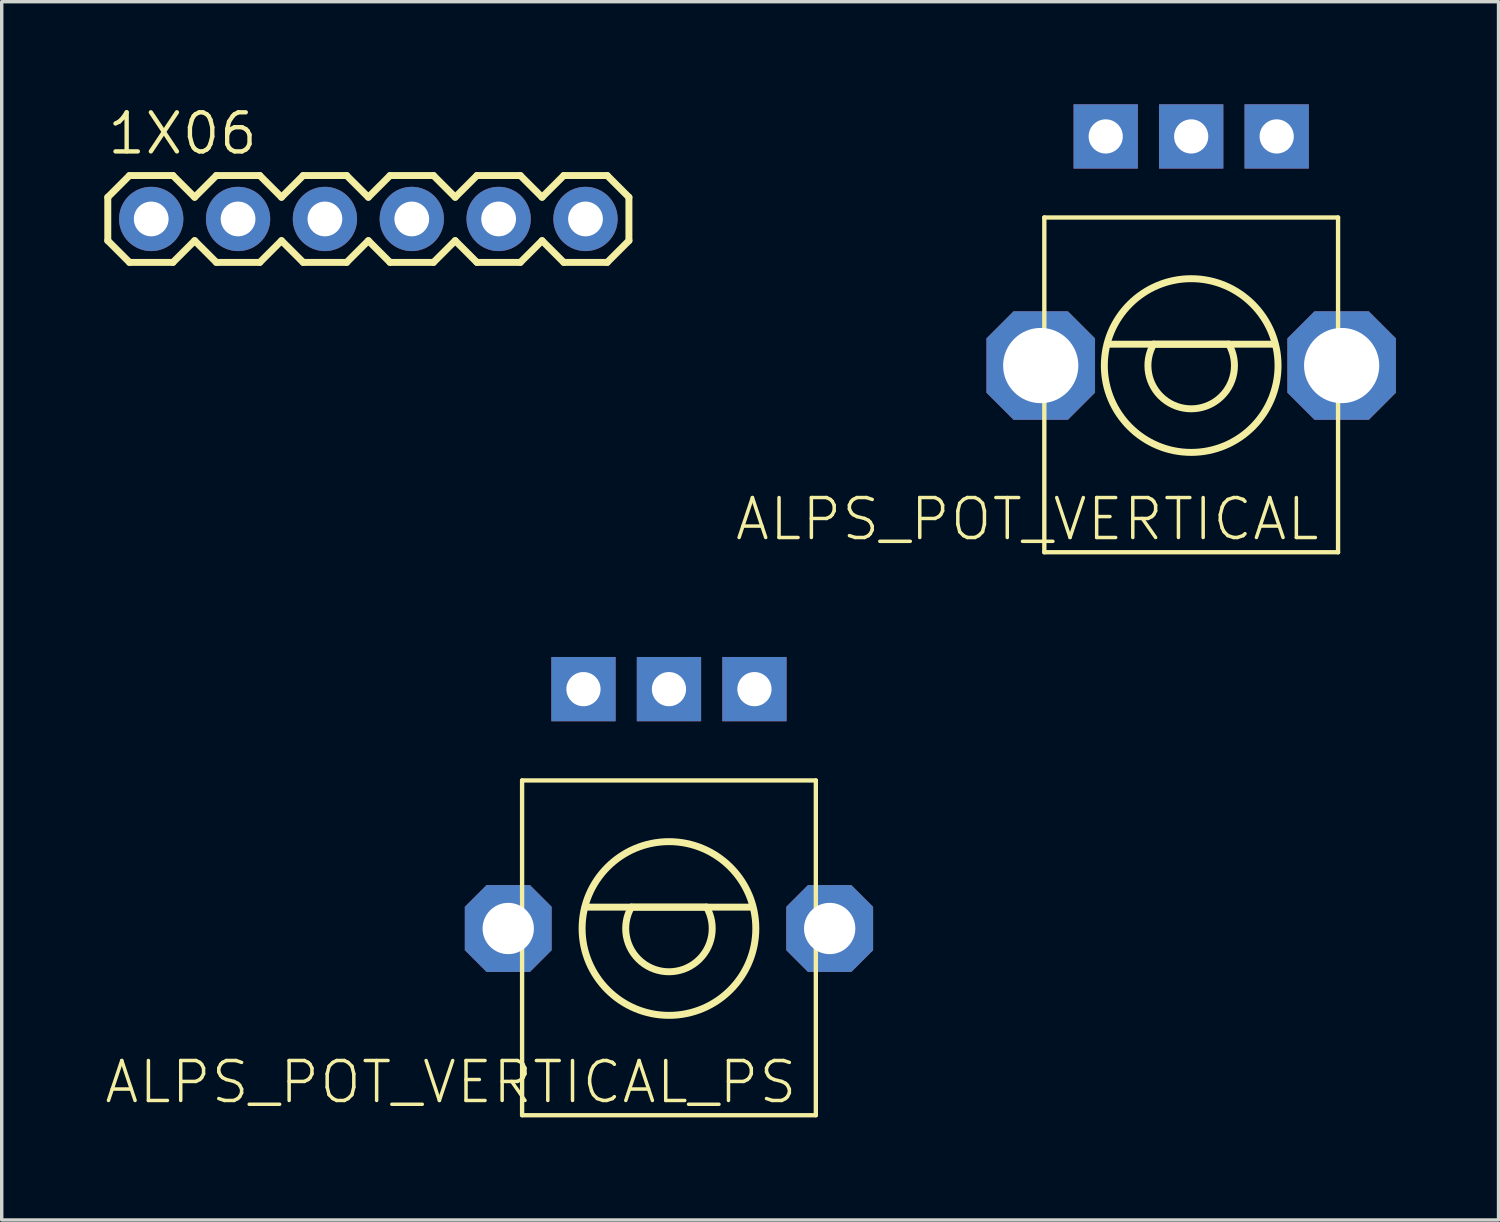
<source format=kicad_pcb>
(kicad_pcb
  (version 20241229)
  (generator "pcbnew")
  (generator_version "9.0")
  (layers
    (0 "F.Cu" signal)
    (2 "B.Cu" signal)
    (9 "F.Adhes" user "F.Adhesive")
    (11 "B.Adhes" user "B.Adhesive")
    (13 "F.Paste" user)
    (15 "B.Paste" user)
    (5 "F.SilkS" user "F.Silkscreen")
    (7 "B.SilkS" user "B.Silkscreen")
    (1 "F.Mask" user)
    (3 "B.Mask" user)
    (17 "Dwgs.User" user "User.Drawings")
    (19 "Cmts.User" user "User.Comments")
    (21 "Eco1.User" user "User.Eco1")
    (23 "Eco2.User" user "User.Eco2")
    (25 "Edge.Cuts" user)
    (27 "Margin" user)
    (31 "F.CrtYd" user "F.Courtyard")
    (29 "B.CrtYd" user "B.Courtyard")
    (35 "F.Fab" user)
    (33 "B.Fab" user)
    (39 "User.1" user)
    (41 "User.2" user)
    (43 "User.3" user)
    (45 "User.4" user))
  (footprint "ALPS_POT_VERTICAL"
    (layer "F.Cu")
    (at 31.785 7.64)
    (property "Reference" "ALPS_POT_VERTICAL" (at 3.81 3.81 0) (layer "F.SilkS") (effects (font (size 1.168 1.168) (thickness 0.102)) (justify right top)))
    (fp_line (start -4.295 -4.33) (end 4.295 -4.33) (stroke (width 0.127) (type solid)) (layer "F.SilkS"))
    (fp_line (start -4.295 5.46) (end -4.295 -4.33) (stroke (width 0.127) (type solid)) (layer "F.SilkS"))
    (fp_line (start -2.45 -0.625) (end 2.425 -0.625) (stroke (width 0.203) (type solid)) (layer "F.SilkS"))
    (fp_line (start -1.1 -0.625) (end 1.1 -0.625) (stroke (width 0.203) (type solid)) (layer "F.SilkS"))
    (fp_line (start 4.295 -4.33) (end 4.295 5.46) (stroke (width 0.127) (type solid)) (layer "F.SilkS"))
    (fp_line (start 4.295 5.46) (end -4.295 5.46) (stroke (width 0.127) (type solid)) (layer "F.SilkS"))
    (fp_arc (start 1.1 -0.625) (mid 0 1.265158) (end -1.1 -0.625) (stroke (width 0.2032) (type solid)) (layer "F.SilkS"))
    (fp_circle (center 0 0) (end 2.54 0) (stroke (width 0.203) (type solid)) (fill no) (layer "F.SilkS"))
    (pad "P$1" thru_hole rect (at -2.5 -6.7 270) (size 1.88 1.88) (drill 1) (layers "*.Cu" "*.Mask"))
    (pad "P$2" thru_hole rect (at 0 -6.7 270) (size 1.88 1.88) (drill 1) (layers "*.Cu" "*.Mask"))
    (pad "P$3" thru_hole rect (at 2.5 -6.7 270) (size 1.88 1.88) (drill 1) (layers "*.Cu" "*.Mask"))
    (pad "P$4" thru_hole roundrect (at -4.4 0 270) (size 3.175 3.175) (drill 2.2) (layers "*.Cu" "*.Mask") (roundrect_rratio 0.25) (chamfer_ratio 0.25) (chamfer top_left top_right bottom_left bottom_right))
    (pad "P$5" thru_hole roundrect (at 4.4 0 270) (size 3.175 3.175) (drill 2.2) (layers "*.Cu" "*.Mask") (roundrect_rratio 0.25) (chamfer_ratio 0.25) (chamfer top_left top_right bottom_left bottom_right)))
  (footprint "1X06"
    (layer "F.Cu")
    (at 1.372 3.353)
    (property "Reference" "1X06" (at -1.346 -1.829 0) (layer "F.SilkS") (effects (font (size 1.143 1.143) (thickness 0.127)) (justify left bottom)))
    (fp_line (start -1.27 -0.635) (end -1.27 0.635) (stroke (width 0.203) (type solid)) (layer "F.SilkS"))
    (fp_line (start -1.27 0.635) (end -0.635 1.27) (stroke (width 0.203) (type solid)) (layer "F.SilkS"))
    (fp_line (start -0.635 -1.27) (end -1.27 -0.635) (stroke (width 0.203) (type solid)) (layer "F.SilkS"))
    (fp_line (start -0.635 -1.27) (end 0.635 -1.27) (stroke (width 0.203) (type solid)) (layer "F.SilkS"))
    (fp_line (start 0.635 -1.27) (end 1.27 -0.635) (stroke (width 0.203) (type solid)) (layer "F.SilkS"))
    (fp_line (start 0.635 1.27) (end -0.635 1.27) (stroke (width 0.203) (type solid)) (layer "F.SilkS"))
    (fp_line (start 1.27 -0.635) (end 1.905 -1.27) (stroke (width 0.203) (type solid)) (layer "F.SilkS"))
    (fp_line (start 1.27 0.635) (end 0.635 1.27) (stroke (width 0.203) (type solid)) (layer "F.SilkS"))
    (fp_line (start 1.905 -1.27) (end 3.175 -1.27) (stroke (width 0.203) (type solid)) (layer "F.SilkS"))
    (fp_line (start 1.905 1.27) (end 1.27 0.635) (stroke (width 0.203) (type solid)) (layer "F.SilkS"))
    (fp_line (start 3.175 -1.27) (end 3.81 -0.635) (stroke (width 0.203) (type solid)) (layer "F.SilkS"))
    (fp_line (start 3.175 1.27) (end 1.905 1.27) (stroke (width 0.203) (type solid)) (layer "F.SilkS"))
    (fp_line (start 3.81 -0.635) (end 4.445 -1.27) (stroke (width 0.203) (type solid)) (layer "F.SilkS"))
    (fp_line (start 3.81 0.635) (end 3.175 1.27) (stroke (width 0.203) (type solid)) (layer "F.SilkS"))
    (fp_line (start 4.445 -1.27) (end 5.715 -1.27) (stroke (width 0.203) (type solid)) (layer "F.SilkS"))
    (fp_line (start 4.445 1.27) (end 3.81 0.635) (stroke (width 0.203) (type solid)) (layer "F.SilkS"))
    (fp_line (start 5.715 -1.27) (end 6.35 -0.635) (stroke (width 0.203) (type solid)) (layer "F.SilkS"))
    (fp_line (start 5.715 1.27) (end 4.445 1.27) (stroke (width 0.203) (type solid)) (layer "F.SilkS"))
    (fp_line (start 6.35 0.635) (end 5.715 1.27) (stroke (width 0.203) (type solid)) (layer "F.SilkS"))
    (fp_line (start 6.35 0.635) (end 6.985 1.27) (stroke (width 0.203) (type solid)) (layer "F.SilkS"))
    (fp_line (start 6.985 -1.27) (end 6.35 -0.635) (stroke (width 0.203) (type solid)) (layer "F.SilkS"))
    (fp_line (start 6.985 -1.27) (end 8.255 -1.27) (stroke (width 0.203) (type solid)) (layer "F.SilkS"))
    (fp_line (start 8.255 -1.27) (end 8.89 -0.635) (stroke (width 0.203) (type solid)) (layer "F.SilkS"))
    (fp_line (start 8.255 1.27) (end 6.985 1.27) (stroke (width 0.203) (type solid)) (layer "F.SilkS"))
    (fp_line (start 8.89 -0.635) (end 9.525 -1.27) (stroke (width 0.203) (type solid)) (layer "F.SilkS"))
    (fp_line (start 8.89 0.635) (end 8.255 1.27) (stroke (width 0.203) (type solid)) (layer "F.SilkS"))
    (fp_line (start 9.525 -1.27) (end 10.795 -1.27) (stroke (width 0.203) (type solid)) (layer "F.SilkS"))
    (fp_line (start 9.525 1.27) (end 8.89 0.635) (stroke (width 0.203) (type solid)) (layer "F.SilkS"))
    (fp_line (start 10.795 -1.27) (end 11.43 -0.635) (stroke (width 0.203) (type solid)) (layer "F.SilkS"))
    (fp_line (start 10.795 1.27) (end 9.525 1.27) (stroke (width 0.203) (type solid)) (layer "F.SilkS"))
    (fp_line (start 11.43 -0.635) (end 12.065 -1.27) (stroke (width 0.203) (type solid)) (layer "F.SilkS"))
    (fp_line (start 11.43 0.635) (end 10.795 1.27) (stroke (width 0.203) (type solid)) (layer "F.SilkS"))
    (fp_line (start 12.065 -1.27) (end 13.335 -1.27) (stroke (width 0.203) (type solid)) (layer "F.SilkS"))
    (fp_line (start 12.065 1.27) (end 11.43 0.635) (stroke (width 0.203) (type solid)) (layer "F.SilkS"))
    (fp_line (start 13.335 -1.27) (end 13.97 -0.635) (stroke (width 0.203) (type solid)) (layer "F.SilkS"))
    (fp_line (start 13.335 1.27) (end 12.065 1.27) (stroke (width 0.203) (type solid)) (layer "F.SilkS"))
    (fp_line (start 13.97 -0.635) (end 13.97 0.635) (stroke (width 0.203) (type solid)) (layer "F.SilkS"))
    (fp_line (start 13.97 0.635) (end 13.335 1.27) (stroke (width 0.203) (type solid)) (layer "F.SilkS"))
    (fp_poly (pts (xy -0.254 0.254) (xy 0.254 0.254) (xy 0.254 -0.254) (xy -0.254 -0.254)) (stroke (width 0.1) (type solid)) (fill no) (layer "F.Fab"))
    (fp_poly (pts (xy 2.286 0.254) (xy 2.794 0.254) (xy 2.794 -0.254) (xy 2.286 -0.254)) (stroke (width 0.1) (type solid)) (fill no) (layer "F.Fab"))
    (fp_poly (pts (xy 4.826 0.254) (xy 5.334 0.254) (xy 5.334 -0.254) (xy 4.826 -0.254)) (stroke (width 0.1) (type solid)) (fill no) (layer "F.Fab"))
    (fp_poly (pts (xy 7.366 0.254) (xy 7.874 0.254) (xy 7.874 -0.254) (xy 7.366 -0.254)) (stroke (width 0.1) (type solid)) (fill no) (layer "F.Fab"))
    (fp_poly (pts (xy 9.906 0.254) (xy 10.414 0.254) (xy 10.414 -0.254) (xy 9.906 -0.254)) (stroke (width 0.1) (type solid)) (fill no) (layer "F.Fab"))
    (fp_poly (pts (xy 12.446 0.254) (xy 12.954 0.254) (xy 12.954 -0.254) (xy 12.446 -0.254)) (stroke (width 0.1) (type solid)) (fill no) (layer "F.Fab"))
    (pad "1" thru_hole circle (at 0 0 90) (size 1.88 1.88) (drill 1.016) (layers "*.Cu" "*.Mask"))
    (pad "2" thru_hole circle (at 2.54 0 90) (size 1.88 1.88) (drill 1.016) (layers "*.Cu" "*.Mask"))
    (pad "3" thru_hole circle (at 5.08 0 90) (size 1.88 1.88) (drill 1.016) (layers "*.Cu" "*.Mask"))
    (pad "4" thru_hole circle (at 7.62 0 90) (size 1.88 1.88) (drill 1.016) (layers "*.Cu" "*.Mask"))
    (pad "5" thru_hole circle (at 10.16 0 90) (size 1.88 1.88) (drill 1.016) (layers "*.Cu" "*.Mask"))
    (pad "6" thru_hole circle (at 12.7 0 90) (size 1.88 1.88) (drill 1.016) (layers "*.Cu" "*.Mask")))
  (footprint "ALPS_POT_VERTICAL_PS"
    (layer "F.Cu")
    (at 16.513 24.103)
    (property "Reference" "ALPS_POT_VERTICAL_PS" (at 3.81 3.81 0) (layer "F.SilkS") (effects (font (size 1.168 1.168) (thickness 0.102)) (justify right top)))
    (fp_line (start -4.295 -4.33) (end 4.295 -4.33) (stroke (width 0.127) (type solid)) (layer "F.SilkS"))
    (fp_line (start -4.295 5.46) (end -4.295 -4.33) (stroke (width 0.127) (type solid)) (layer "F.SilkS"))
    (fp_line (start -2.45 -0.625) (end 2.425 -0.625) (stroke (width 0.203) (type solid)) (layer "F.SilkS"))
    (fp_line (start -1.1 -0.625) (end 1.1 -0.625) (stroke (width 0.203) (type solid)) (layer "F.SilkS"))
    (fp_line (start 4.295 -4.33) (end 4.295 5.46) (stroke (width 0.127) (type solid)) (layer "F.SilkS"))
    (fp_line (start 4.295 5.46) (end -4.295 5.46) (stroke (width 0.127) (type solid)) (layer "F.SilkS"))
    (fp_arc (start 1.1 -0.625) (mid 0 1.265158) (end -1.1 -0.625) (stroke (width 0.2032) (type solid)) (layer "F.SilkS"))
    (fp_circle (center 0 0) (end 2.54 0) (stroke (width 0.203) (type solid)) (fill no) (layer "F.SilkS"))
    (pad "P$1" thru_hole rect (at -2.5 -7 270) (size 1.88 1.88) (drill 1) (layers "*.Cu" "*.Mask"))
    (pad "P$2" thru_hole rect (at 0 -7 270) (size 1.88 1.88) (drill 1) (layers "*.Cu" "*.Mask"))
    (pad "P$3" thru_hole rect (at 2.5 -7 270) (size 1.88 1.88) (drill 1) (layers "*.Cu" "*.Mask"))
    (pad "P$4" thru_hole roundrect (at -4.7 0 270) (size 2.54 2.54) (drill 1.5) (layers "*.Cu" "*.Mask") (roundrect_rratio 0.25) (chamfer_ratio 0.25) (chamfer top_left top_right bottom_left bottom_right))
    (pad "P$5" thru_hole roundrect (at 4.7 0 270) (size 2.54 2.54) (drill 1.5) (layers "*.Cu" "*.Mask") (roundrect_rratio 0.25) (chamfer_ratio 0.25) (chamfer top_left top_right bottom_left bottom_right)))
  (gr_rect
    (start -3 -3)
    (end 40.773 32.627)
    (stroke (width 0.1) (type default))
    (fill no)
    (layer "Edge.Cuts")))
</source>
